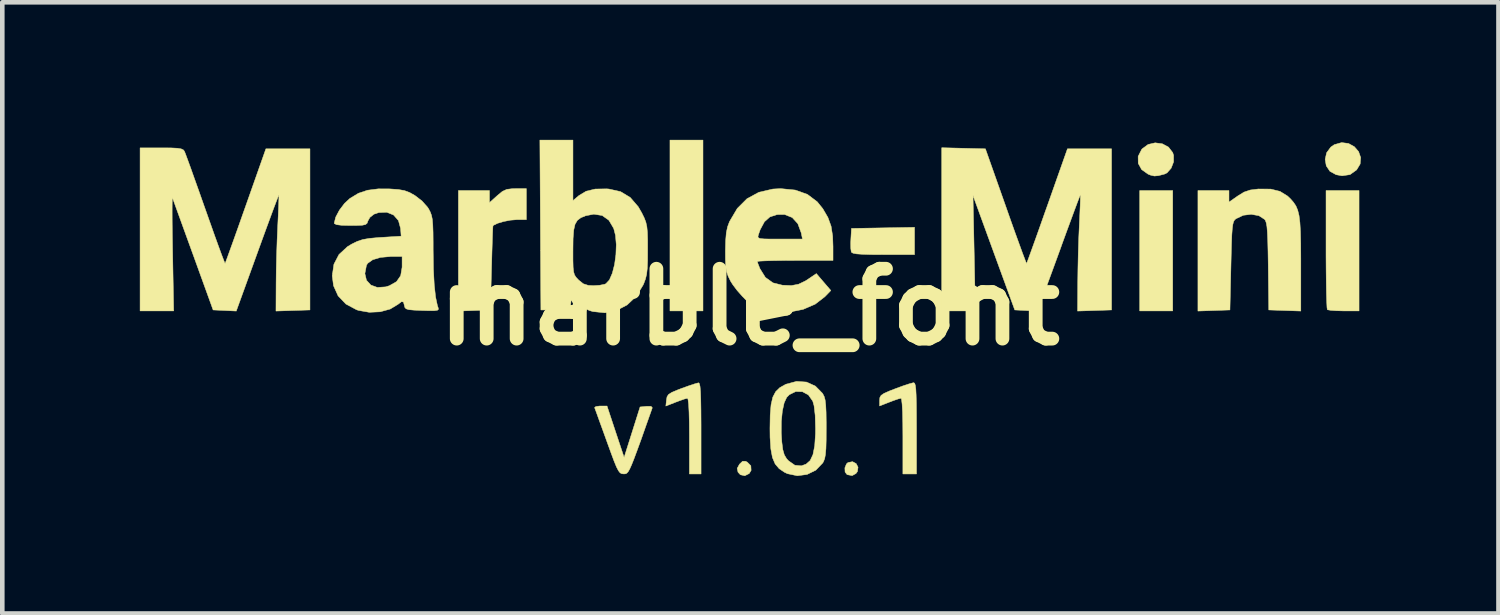
<source format=kicad_pcb>
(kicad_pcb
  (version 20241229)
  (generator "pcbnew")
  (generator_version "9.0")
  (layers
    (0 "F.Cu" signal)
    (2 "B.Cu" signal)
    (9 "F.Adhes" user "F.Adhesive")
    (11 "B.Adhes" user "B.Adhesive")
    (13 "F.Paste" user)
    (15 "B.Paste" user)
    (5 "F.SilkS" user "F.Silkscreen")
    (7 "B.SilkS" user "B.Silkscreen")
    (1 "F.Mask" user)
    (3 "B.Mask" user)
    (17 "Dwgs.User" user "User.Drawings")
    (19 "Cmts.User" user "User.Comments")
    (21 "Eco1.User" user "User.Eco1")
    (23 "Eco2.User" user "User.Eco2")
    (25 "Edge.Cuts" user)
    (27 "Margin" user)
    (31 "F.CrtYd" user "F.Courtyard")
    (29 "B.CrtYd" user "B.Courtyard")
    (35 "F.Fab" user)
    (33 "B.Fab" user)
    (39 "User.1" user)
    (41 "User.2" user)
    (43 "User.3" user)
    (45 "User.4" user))
  (footprint "marble_font"
    (layer "F.Cu")
    (at 13.298 3.646)
    (property "Reference" "marble_font" (at 0 0 0) (layer "F.SilkS") (effects (font (size 1.524 1.524) (thickness 0.3))))
    (attr through_hole)
    (fp_poly (pts (xy -1.016 0.085) (xy -1.736 0.085) (xy -1.736 -3.641) (xy -1.016 -3.641) (xy -1.016 0.085)) (stroke (width 0.01) (type solid)) (fill yes) (layer "F.SilkS"))
    (fp_poly (pts (xy 9.229 0.085) (xy 8.509 0.085) (xy 8.509 -2.54) (xy 9.229 -2.54) (xy 9.229 0.085)) (stroke (width 0.01) (type solid)) (fill yes) (layer "F.SilkS"))
    (fp_poly (pts (xy -0.087 3.365) (xy -0.05 3.383) (xy 0.028 3.462) (xy 0.034 3.563) (xy -0.008 3.632) (xy -0.104 3.68) (xy -0.201 3.658) (xy -0.252 3.602) (xy -0.27 3.52) (xy -0.221 3.43) (xy -0.219 3.427) (xy -0.152 3.364) (xy -0.087 3.365)) (stroke (width 0.01) (type solid)) (fill yes) (layer "F.SilkS"))
    (fp_poly (pts (xy 2.325 3.415) (xy 2.366 3.494) (xy 2.353 3.587) (xy 2.32 3.632) (xy 2.238 3.677) (xy 2.13 3.656) (xy 2.127 3.655) (xy 2.083 3.599) (xy 2.079 3.508) (xy 2.113 3.423) (xy 2.147 3.392) (xy 2.246 3.373) (xy 2.325 3.415)) (stroke (width 0.01) (type solid)) (fill yes) (layer "F.SilkS"))
    (fp_poly (pts (xy 3.598 -1.143) (xy 2.92 -1.143) (xy 2.654 -1.144) (xy 2.462 -1.15) (xy 2.333 -1.159) (xy 2.257 -1.174) (xy 2.222 -1.195) (xy 2.219 -1.201) (xy 2.208 -1.274) (xy 2.206 -1.398) (xy 2.21 -1.487) (xy 2.223 -1.714) (xy 3.598 -1.738) (xy 3.598 -1.143)) (stroke (width 0.01) (type solid)) (fill yes) (layer "F.SilkS"))
    (fp_poly (pts (xy 13.293 0.085) (xy 12.961 0.085) (xy 12.801 0.081) (xy 12.675 0.072) (xy 12.606 0.06) (xy 12.601 0.056) (xy 12.594 0.009) (xy 12.588 -0.113) (xy 12.582 -0.299) (xy 12.578 -0.537) (xy 12.575 -0.818) (xy 12.573 -1.13) (xy 12.573 -1.256) (xy 12.573 -2.54) (xy 13.293 -2.54) (xy 13.293 0.085)) (stroke (width 0.01) (type solid)) (fill yes) (layer "F.SilkS"))
    (fp_poly (pts (xy 13.063 -3.567) (xy 13.19 -3.497) (xy 13.283 -3.39) (xy 13.329 -3.259) (xy 13.317 -3.119) (xy 13.24 -2.991) (xy 13.096 -2.888) (xy 12.923 -2.862) (xy 12.792 -2.886) (xy 12.658 -2.96) (xy 12.578 -3.079) (xy 12.554 -3.221) (xy 12.586 -3.365) (xy 12.677 -3.488) (xy 12.753 -3.541) (xy 12.913 -3.586) (xy 13.063 -3.567)) (stroke (width 0.01) (type solid)) (fill yes) (layer "F.SilkS"))
    (fp_poly (pts (xy 9.002 -3.56) (xy 9.137 -3.488) (xy 9.229 -3.368) (xy 9.248 -3.308) (xy 9.248 -3.165) (xy 9.195 -3.028) (xy 9.106 -2.927) (xy 9.049 -2.899) (xy 8.917 -2.865) (xy 8.829 -2.857) (xy 8.75 -2.875) (xy 8.692 -2.898) (xy 8.551 -2.998) (xy 8.477 -3.133) (xy 8.475 -3.285) (xy 8.551 -3.436) (xy 8.562 -3.449) (xy 8.692 -3.545) (xy 8.846 -3.581) (xy 9.002 -3.56)) (stroke (width 0.01) (type solid)) (fill yes) (layer "F.SilkS"))
    (fp_poly (pts (xy -4.868 -1.905) (xy -5.081 -1.905) (xy -5.216 -1.894) (xy -5.364 -1.865) (xy -5.495 -1.826) (xy -5.582 -1.784) (xy -5.596 -1.77) (xy -5.6 -1.725) (xy -5.605 -1.609) (xy -5.611 -1.433) (xy -5.618 -1.21) (xy -5.625 -0.951) (xy -5.628 -0.847) (xy -5.652 0.064) (xy -6.001 0.076) (xy -6.35 0.088) (xy -6.35 -2.54) (xy -5.673 -2.54) (xy -5.673 -2.276) (xy -5.503 -2.429) (xy -5.392 -2.521) (xy -5.295 -2.566) (xy -5.172 -2.581) (xy -5.101 -2.582) (xy -4.868 -2.582) (xy -4.868 -1.905)) (stroke (width 0.01) (type solid)) (fill yes) (layer "F.SilkS"))
    (fp_poly (pts (xy -1.094 1.672) (xy -1.08 1.733) (xy -1.07 1.846) (xy -1.064 2.017) (xy -1.06 2.256) (xy -1.058 2.57) (xy -1.058 2.646) (xy -1.058 3.641) (xy -1.312 3.641) (xy -1.312 2.815) (xy -1.314 2.526) (xy -1.32 2.291) (xy -1.329 2.118) (xy -1.342 2.016) (xy -1.353 1.99) (xy -1.413 2.004) (xy -1.522 2.042) (xy -1.61 2.075) (xy -1.826 2.16) (xy -1.812 2.027) (xy -1.8 1.958) (xy -1.767 1.907) (xy -1.696 1.862) (xy -1.571 1.809) (xy -1.482 1.775) (xy -1.326 1.719) (xy -1.197 1.676) (xy -1.12 1.655) (xy -1.111 1.653) (xy -1.094 1.672)) (stroke (width 0.01) (type solid)) (fill yes) (layer "F.SilkS"))
    (fp_poly (pts (xy 3.6 1.663) (xy 3.615 1.706) (xy 3.626 1.788) (xy 3.633 1.919) (xy 3.638 2.108) (xy 3.64 2.364) (xy 3.641 2.646) (xy 3.641 3.641) (xy 3.344 3.641) (xy 3.344 2.815) (xy 3.342 2.526) (xy 3.337 2.291) (xy 3.327 2.118) (xy 3.315 2.016) (xy 3.304 1.99) (xy 3.244 2.004) (xy 3.134 2.042) (xy 3.05 2.074) (xy 2.836 2.158) (xy 2.836 2.035) (xy 2.842 1.974) (xy 2.869 1.927) (xy 2.934 1.883) (xy 3.052 1.831) (xy 3.179 1.782) (xy 3.341 1.722) (xy 3.477 1.677) (xy 3.565 1.653) (xy 3.581 1.651) (xy 3.6 1.663)) (stroke (width 0.01) (type solid)) (fill yes) (layer "F.SilkS"))
    (fp_poly (pts (xy -2.923 2.72) (xy -2.736 3.281) (xy -2.562 2.731) (xy -2.388 2.18) (xy -2.246 2.166) (xy -2.149 2.166) (xy -2.122 2.195) (xy -2.125 2.209) (xy -2.258 2.584) (xy -2.365 2.888) (xy -2.452 3.126) (xy -2.52 3.309) (xy -2.573 3.442) (xy -2.614 3.533) (xy -2.647 3.591) (xy -2.676 3.623) (xy -2.702 3.637) (xy -2.731 3.64) (xy -2.746 3.64) (xy -2.788 3.636) (xy -2.824 3.616) (xy -2.86 3.57) (xy -2.903 3.487) (xy -2.957 3.355) (xy -3.028 3.164) (xy -3.111 2.935) (xy -3.194 2.705) (xy -3.268 2.502) (xy -3.326 2.34) (xy -3.365 2.233) (xy -3.38 2.194) (xy -3.353 2.171) (xy -3.268 2.159) (xy -3.251 2.159) (xy -3.109 2.159) (xy -2.923 2.72)) (stroke (width 0.01) (type solid)) (fill yes) (layer "F.SilkS"))
    (fp_poly (pts (xy 11.367 -2.572) (xy 11.569 -2.522) (xy 11.734 -2.42) (xy 11.798 -2.359) (xy 11.864 -2.283) (xy 11.916 -2.205) (xy 11.955 -2.113) (xy 11.984 -1.996) (xy 12.003 -1.843) (xy 12.015 -1.644) (xy 12.021 -1.386) (xy 12.023 -1.058) (xy 12.023 -0.923) (xy 12.023 0.088) (xy 11.673 0.076) (xy 11.324 0.064) (xy 11.313 -0.887) (xy 11.308 -1.203) (xy 11.302 -1.446) (xy 11.294 -1.625) (xy 11.284 -1.752) (xy 11.269 -1.836) (xy 11.25 -1.888) (xy 11.234 -1.911) (xy 11.108 -1.992) (xy 10.943 -2.022) (xy 10.768 -2.001) (xy 10.61 -1.926) (xy 10.604 -1.922) (xy 10.577 -1.897) (xy 10.556 -1.86) (xy 10.54 -1.8) (xy 10.528 -1.707) (xy 10.518 -1.57) (xy 10.511 -1.377) (xy 10.504 -1.117) (xy 10.499 -0.898) (xy 10.477 0.064) (xy 10.128 0.076) (xy 9.779 0.088) (xy 9.779 -2.54) (xy 10.456 -2.54) (xy 10.456 -2.288) (xy 10.648 -2.422) (xy 10.784 -2.506) (xy 10.92 -2.552) (xy 11.095 -2.574) (xy 11.109 -2.574) (xy 11.367 -2.572)) (stroke (width 0.01) (type solid)) (fill yes) (layer "F.SilkS"))
    (fp_poly (pts (xy 5.144 -3.45) (xy 5.588 -2.194) (xy 5.696 -1.887) (xy 5.796 -1.607) (xy 5.884 -1.365) (xy 5.955 -1.17) (xy 6.008 -1.031) (xy 6.037 -0.957) (xy 6.042 -0.948) (xy 6.058 -0.989) (xy 6.099 -1.1) (xy 6.161 -1.272) (xy 6.241 -1.494) (xy 6.335 -1.758) (xy 6.439 -2.053) (xy 6.493 -2.204) (xy 6.933 -3.45) (xy 7.895 -3.45) (xy 7.895 0.064) (xy 7.525 0.076) (xy 7.154 0.088) (xy 7.158 -0.538) (xy 7.162 -0.833) (xy 7.169 -1.17) (xy 7.18 -1.508) (xy 7.193 -1.799) (xy 7.203 -2.021) (xy 7.211 -2.211) (xy 7.216 -2.354) (xy 7.217 -2.434) (xy 7.216 -2.446) (xy 7.2 -2.411) (xy 7.159 -2.306) (xy 7.097 -2.14) (xy 7.017 -1.924) (xy 6.922 -1.666) (xy 6.816 -1.376) (xy 6.775 -1.261) (xy 6.664 -0.957) (xy 6.561 -0.676) (xy 6.47 -0.429) (xy 6.395 -0.227) (xy 6.338 -0.079) (xy 6.306 0.002) (xy 6.301 0.013) (xy 6.261 0.057) (xy 6.187 0.077) (xy 6.056 0.078) (xy 6.022 0.076) (xy 5.784 0.064) (xy 4.873 -2.434) (xy 4.899 -1.175) (xy 4.924 0.085) (xy 4.191 0.085) (xy 4.191 -3.474) (xy 5.144 -3.45)) (stroke (width 0.01) (type solid)) (fill yes) (layer "F.SilkS"))
    (fp_poly (pts (xy 1.243 1.637) (xy 1.436 1.725) (xy 1.591 1.883) (xy 1.597 1.893) (xy 1.627 1.951) (xy 1.648 2.027) (xy 1.661 2.137) (xy 1.669 2.295) (xy 1.672 2.517) (xy 1.672 2.646) (xy 1.671 2.901) (xy 1.666 3.086) (xy 1.655 3.216) (xy 1.638 3.306) (xy 1.613 3.371) (xy 1.596 3.401) (xy 1.446 3.558) (xy 1.254 3.652) (xy 1.041 3.68) (xy 0.827 3.635) (xy 0.763 3.605) (xy 0.645 3.525) (xy 0.558 3.422) (xy 0.499 3.283) (xy 0.464 3.095) (xy 0.447 2.845) (xy 0.446 2.746) (xy 0.691 2.746) (xy 0.703 2.938) (xy 0.725 3.11) (xy 0.758 3.225) (xy 0.809 3.31) (xy 0.85 3.354) (xy 0.988 3.451) (xy 1.13 3.464) (xy 1.234 3.426) (xy 1.322 3.348) (xy 1.383 3.218) (xy 1.421 3.026) (xy 1.438 2.764) (xy 1.439 2.646) (xy 1.431 2.362) (xy 1.407 2.154) (xy 1.378 2.052) (xy 1.283 1.917) (xy 1.153 1.847) (xy 1.007 1.843) (xy 0.869 1.911) (xy 0.81 1.971) (xy 0.755 2.089) (xy 0.715 2.27) (xy 0.693 2.495) (xy 0.691 2.746) (xy 0.446 2.746) (xy 0.445 2.646) (xy 0.45 2.353) (xy 0.469 2.131) (xy 0.507 1.966) (xy 0.569 1.847) (xy 0.659 1.759) (xy 0.783 1.689) (xy 0.797 1.683) (xy 1.025 1.622) (xy 1.243 1.637)) (stroke (width 0.01) (type solid)) (fill yes) (layer "F.SilkS"))
    (fp_poly (pts (xy -12.62 -3.47) (xy -12.481 -3.463) (xy -12.396 -3.449) (xy -12.348 -3.426) (xy -12.326 -3.397) (xy -12.303 -3.34) (xy -12.256 -3.213) (xy -12.188 -3.027) (xy -12.105 -2.793) (xy -12.008 -2.522) (xy -11.903 -2.224) (xy -11.87 -2.131) (xy -11.764 -1.832) (xy -11.668 -1.561) (xy -11.584 -1.329) (xy -11.516 -1.144) (xy -11.467 -1.016) (xy -11.442 -0.954) (xy -11.439 -0.951) (xy -11.422 -0.992) (xy -11.381 -1.104) (xy -11.319 -1.276) (xy -11.239 -1.498) (xy -11.145 -1.762) (xy -11.041 -2.057) (xy -10.988 -2.206) (xy -10.549 -3.45) (xy -9.588 -3.45) (xy -9.588 0.064) (xy -9.959 0.076) (xy -10.329 0.088) (xy -10.326 -0.517) (xy -10.323 -0.797) (xy -10.315 -1.123) (xy -10.304 -1.455) (xy -10.291 -1.756) (xy -10.29 -1.778) (xy -10.279 -2.004) (xy -10.271 -2.197) (xy -10.266 -2.344) (xy -10.264 -2.429) (xy -10.265 -2.445) (xy -10.281 -2.409) (xy -10.322 -2.303) (xy -10.385 -2.137) (xy -10.466 -1.918) (xy -10.562 -1.657) (xy -10.669 -1.363) (xy -10.734 -1.184) (xy -11.195 0.088) (xy -11.448 0.076) (xy -11.7 0.064) (xy -12.133 -1.133) (xy -12.243 -1.436) (xy -12.344 -1.714) (xy -12.432 -1.957) (xy -12.504 -2.155) (xy -12.555 -2.297) (xy -12.583 -2.373) (xy -12.587 -2.382) (xy -12.591 -2.355) (xy -12.593 -2.253) (xy -12.594 -2.086) (xy -12.593 -1.864) (xy -12.59 -1.596) (xy -12.585 -1.293) (xy -12.583 -1.175) (xy -12.56 0.085) (xy -13.293 0.085) (xy -13.293 -3.471) (xy -12.828 -3.471) (xy -12.62 -3.47)) (stroke (width 0.01) (type solid)) (fill yes) (layer "F.SilkS"))
    (fp_poly (pts (xy -3.852 -2.321) (xy -3.724 -2.429) (xy -3.565 -2.525) (xy -3.367 -2.573) (xy -3.114 -2.577) (xy -3.066 -2.573) (xy -2.813 -2.516) (xy -2.602 -2.389) (xy -2.428 -2.187) (xy -2.35 -2.051) (xy -2.297 -1.943) (xy -2.262 -1.851) (xy -2.24 -1.753) (xy -2.228 -1.63) (xy -2.223 -1.461) (xy -2.223 -1.249) (xy -2.224 -1.013) (xy -2.231 -0.842) (xy -2.245 -0.715) (xy -2.27 -0.612) (xy -2.307 -0.512) (xy -2.323 -0.477) (xy -2.474 -0.231) (xy -2.671 -0.045) (xy -2.902 0.076) (xy -3.155 0.126) (xy -3.417 0.099) (xy -3.493 0.076) (xy -3.614 0.019) (xy -3.742 -0.06) (xy -3.754 -0.069) (xy -3.889 -0.169) (xy -3.902 -0.053) (xy -3.913 0.006) (xy -3.938 0.041) (xy -3.999 0.058) (xy -4.112 0.063) (xy -4.233 0.064) (xy -4.551 0.064) (xy -4.559 -1.24) (xy -3.852 -1.24) (xy -3.852 -1.236) (xy -3.852 -1.018) (xy -3.848 -0.867) (xy -3.837 -0.766) (xy -3.817 -0.699) (xy -3.783 -0.647) (xy -3.733 -0.594) (xy -3.729 -0.589) (xy -3.627 -0.507) (xy -3.518 -0.472) (xy -3.408 -0.466) (xy -3.272 -0.474) (xy -3.162 -0.496) (xy -3.135 -0.507) (xy -3.057 -0.59) (xy -2.993 -0.737) (xy -2.944 -0.928) (xy -2.915 -1.143) (xy -2.907 -1.361) (xy -2.924 -1.563) (xy -2.963 -1.714) (xy -3.067 -1.891) (xy -3.214 -1.996) (xy -3.397 -2.025) (xy -3.574 -1.991) (xy -3.681 -1.947) (xy -3.756 -1.89) (xy -3.806 -1.805) (xy -3.835 -1.678) (xy -3.849 -1.494) (xy -3.852 -1.24) (xy -4.559 -1.24) (xy -4.562 -1.789) (xy -4.573 -3.641) (xy -3.852 -3.641) (xy -3.852 -2.321)) (stroke (width 0.01) (type solid)) (fill yes) (layer "F.SilkS"))
    (fp_poly (pts (xy 0.997 -2.551) (xy 1.261 -2.457) (xy 1.475 -2.296) (xy 1.597 -2.145) (xy 1.709 -1.953) (xy 1.778 -1.763) (xy 1.812 -1.547) (xy 1.82 -1.323) (xy 1.82 -1.016) (xy 0.995 -1.016) (xy 0.741 -1.015) (xy 0.519 -1.012) (xy 0.341 -1.007) (xy 0.22 -1.001) (xy 0.17 -0.994) (xy 0.169 -0.993) (xy 0.184 -0.943) (xy 0.221 -0.849) (xy 0.227 -0.835) (xy 0.345 -0.646) (xy 0.511 -0.527) (xy 0.716 -0.476) (xy 0.913 -0.468) (xy 1.068 -0.497) (xy 1.22 -0.57) (xy 1.292 -0.617) (xy 1.457 -0.729) (xy 1.615 -0.544) (xy 1.773 -0.36) (xy 1.641 -0.224) (xy 1.431 -0.062) (xy 1.169 0.051) (xy 0.878 0.109) (xy 0.579 0.108) (xy 0.36 0.065) (xy 0.235 0.03) (xy 0.147 0.007) (xy 0.122 0.002) (xy 0.057 -0.032) (xy -0.042 -0.116) (xy -0.157 -0.233) (xy -0.271 -0.362) (xy -0.366 -0.488) (xy -0.415 -0.566) (xy -0.467 -0.673) (xy -0.5 -0.77) (xy -0.519 -0.882) (xy -0.526 -1.031) (xy -0.527 -1.228) (xy -0.521 -1.454) (xy -0.514 -1.536) (xy 0.183 -1.536) (xy 0.192 -1.509) (xy 0.232 -1.493) (xy 0.319 -1.485) (xy 0.464 -1.482) (xy 0.659 -1.482) (xy 1.154 -1.482) (xy 1.127 -1.617) (xy 1.053 -1.817) (xy 0.93 -1.952) (xy 0.764 -2.018) (xy 0.599 -2.016) (xy 0.443 -1.965) (xy 0.324 -1.859) (xy 0.232 -1.688) (xy 0.193 -1.577) (xy 0.183 -1.536) (xy -0.514 -1.536) (xy -0.507 -1.62) (xy -0.48 -1.748) (xy -0.438 -1.862) (xy -0.435 -1.867) (xy -0.268 -2.15) (xy -0.056 -2.362) (xy 0.202 -2.502) (xy 0.508 -2.573) (xy 0.68 -2.582) (xy 0.997 -2.551)) (stroke (width 0.01) (type solid)) (fill yes) (layer "F.SilkS"))
    (fp_poly (pts (xy -7.851 -2.576) (xy -7.662 -2.563) (xy -7.526 -2.539) (xy -7.412 -2.496) (xy -7.3 -2.433) (xy -7.143 -2.312) (xy -7.02 -2.173) (xy -6.997 -2.136) (xy -6.962 -2.069) (xy -6.937 -1.999) (xy -6.919 -1.912) (xy -6.909 -1.793) (xy -6.903 -1.627) (xy -6.901 -1.4) (xy -6.901 -1.249) (xy -6.895 -0.825) (xy -6.877 -0.483) (xy -6.848 -0.219) (xy -6.808 -0.031) (xy -6.793 0.012) (xy -6.785 0.048) (xy -6.807 0.07) (xy -6.872 0.079) (xy -6.996 0.08) (xy -7.139 0.076) (xy -7.318 0.068) (xy -7.43 0.058) (xy -7.491 0.039) (xy -7.519 0.008) (xy -7.528 -0.032) (xy -7.549 -0.11) (xy -7.593 -0.116) (xy -7.667 -0.059) (xy -7.837 0.044) (xy -8.056 0.104) (xy -8.295 0.115) (xy -8.528 0.074) (xy -8.571 0.06) (xy -8.804 -0.065) (xy -8.974 -0.243) (xy -9.074 -0.465) (xy -9.102 -0.682) (xy -9.095 -0.729) (xy -8.39 -0.729) (xy -8.355 -0.583) (xy -8.26 -0.479) (xy -8.118 -0.427) (xy -7.939 -0.439) (xy -7.857 -0.464) (xy -7.699 -0.554) (xy -7.609 -0.684) (xy -7.578 -0.868) (xy -7.578 -0.889) (xy -7.578 -1.101) (xy -7.834 -1.101) (xy -8.05 -1.082) (xy -8.22 -1.031) (xy -8.33 -0.952) (xy -8.356 -0.908) (xy -8.39 -0.729) (xy -9.095 -0.729) (xy -9.065 -0.934) (xy -8.955 -1.145) (xy -8.77 -1.316) (xy -8.676 -1.373) (xy -8.555 -1.432) (xy -8.435 -1.472) (xy -8.29 -1.497) (xy -8.094 -1.515) (xy -8.027 -1.519) (xy -7.599 -1.545) (xy -7.611 -1.714) (xy -7.658 -1.886) (xy -7.764 -2.007) (xy -7.912 -2.067) (xy -8.087 -2.06) (xy -8.191 -2.025) (xy -8.281 -1.954) (xy -8.324 -1.877) (xy -8.341 -1.828) (xy -8.376 -1.799) (xy -8.446 -1.784) (xy -8.569 -1.779) (xy -8.704 -1.778) (xy -8.893 -1.782) (xy -9.007 -1.796) (xy -9.055 -1.82) (xy -9.058 -1.831) (xy -9.026 -1.961) (xy -8.945 -2.113) (xy -8.834 -2.26) (xy -8.717 -2.368) (xy -8.532 -2.48) (xy -8.333 -2.547) (xy -8.097 -2.577) (xy -7.851 -2.576)) (stroke (width 0.01) (type solid)) (fill yes) (layer "F.SilkS")))
  (gr_rect
    (start -3 -3)
    (end 29.632 10.331)
    (stroke (width 0.1) (type default))
    (fill no)
    (layer "Edge.Cuts")))
</source>
